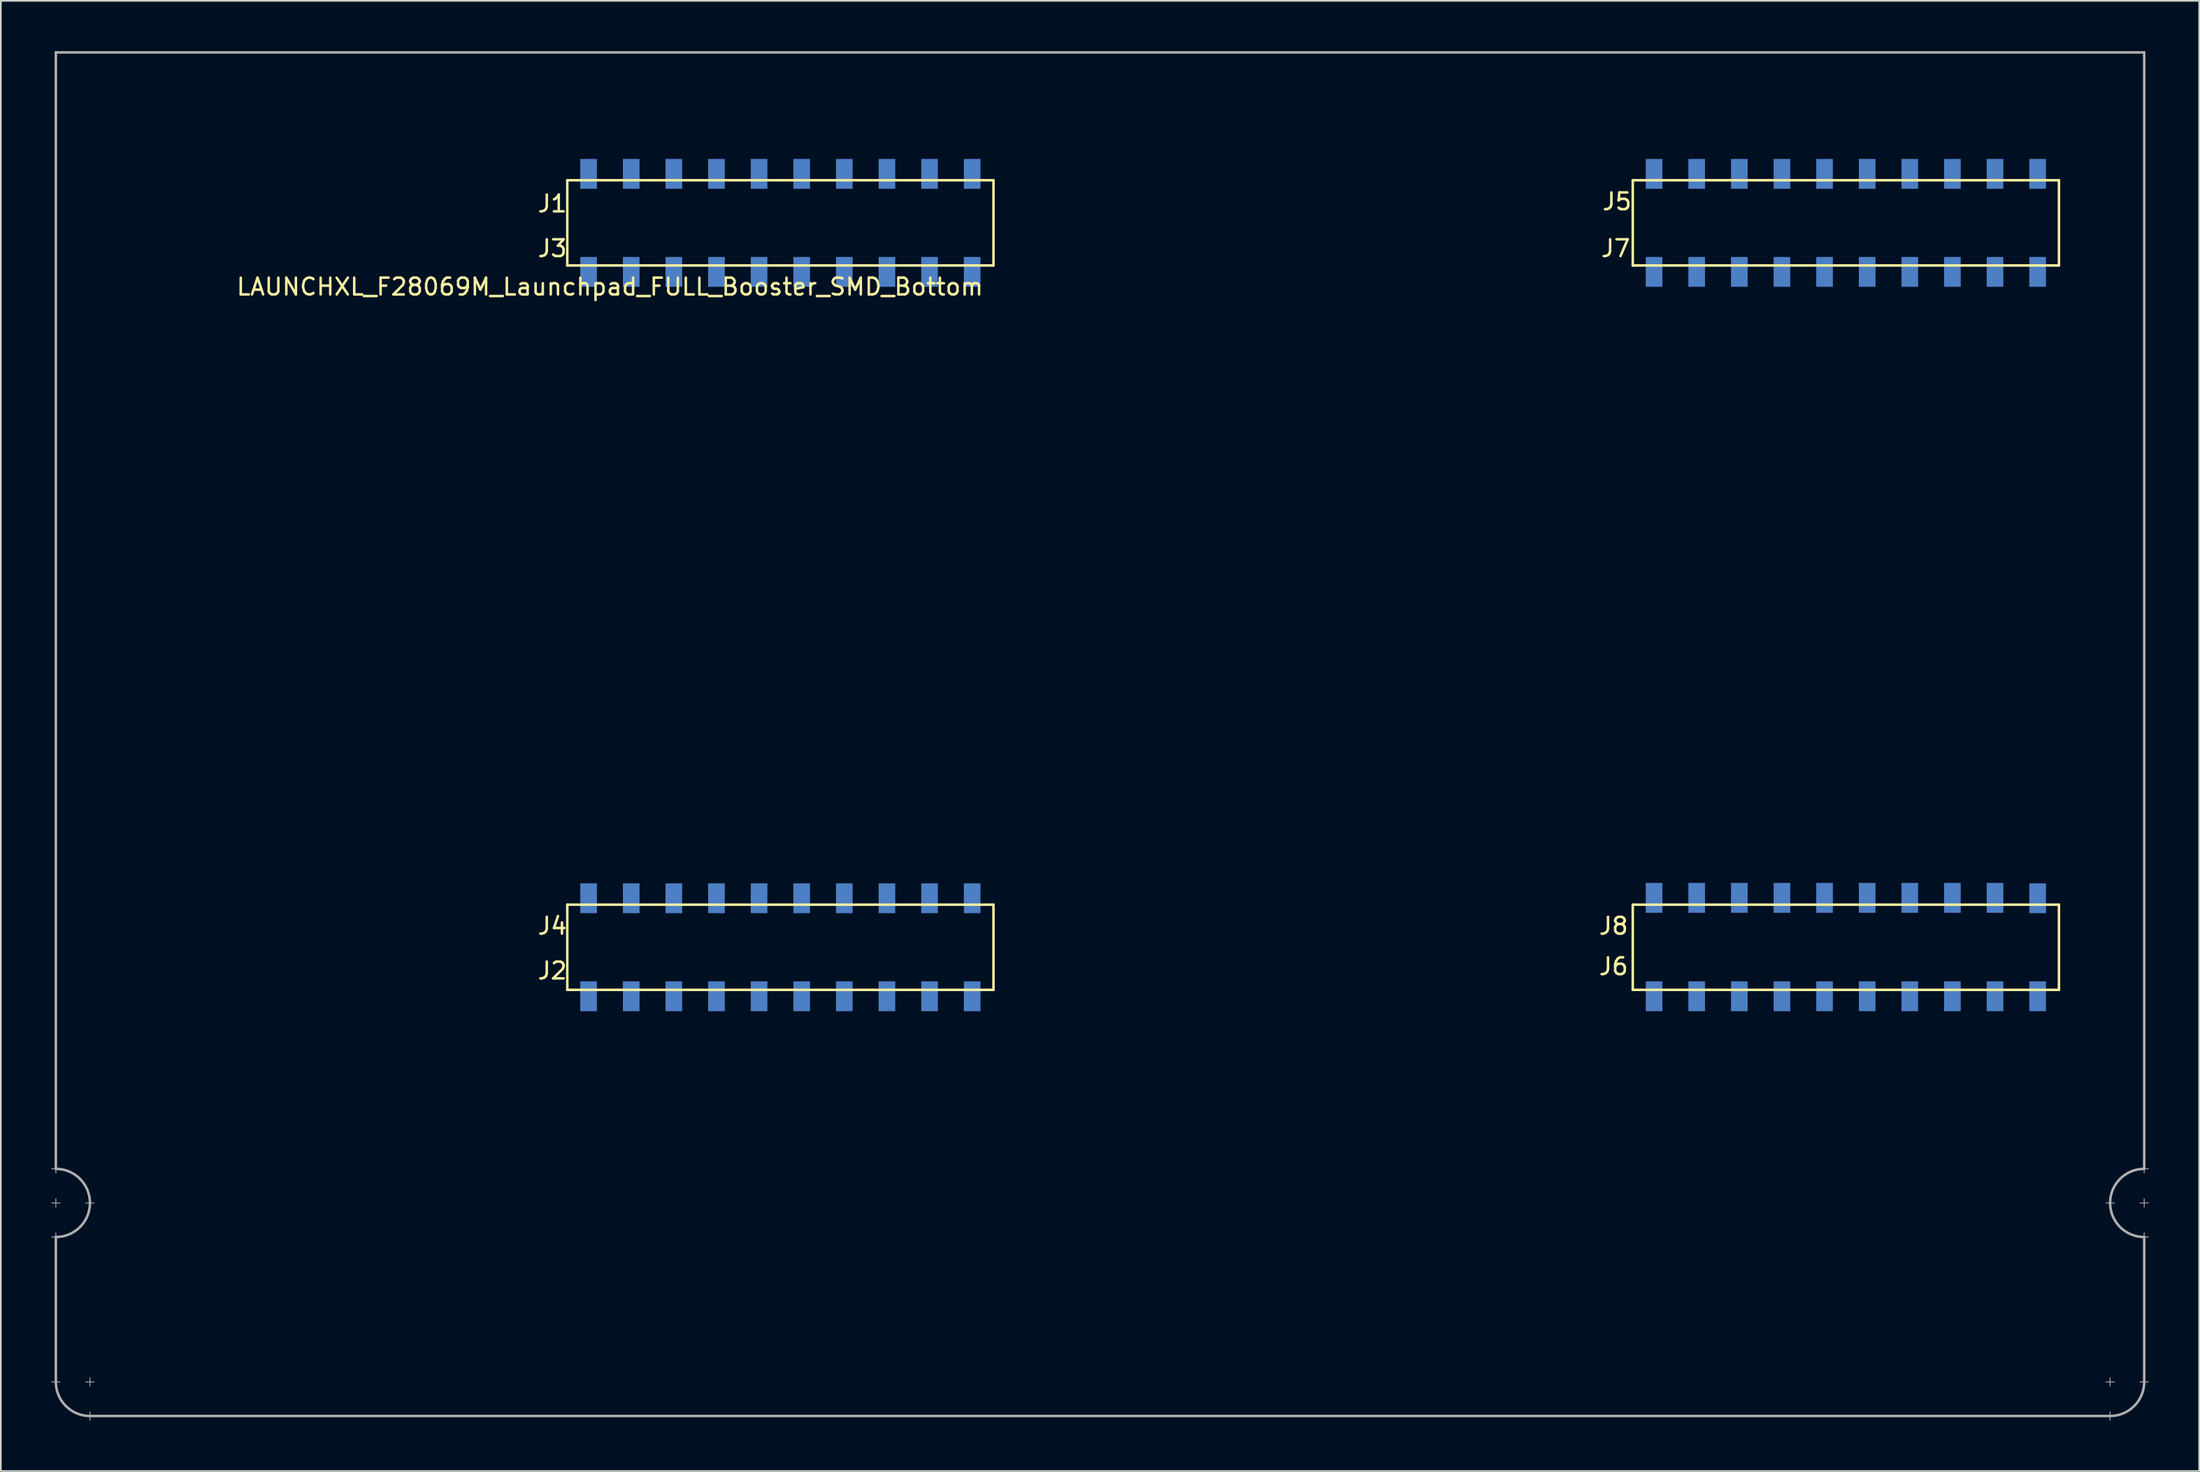
<source format=kicad_pcb>
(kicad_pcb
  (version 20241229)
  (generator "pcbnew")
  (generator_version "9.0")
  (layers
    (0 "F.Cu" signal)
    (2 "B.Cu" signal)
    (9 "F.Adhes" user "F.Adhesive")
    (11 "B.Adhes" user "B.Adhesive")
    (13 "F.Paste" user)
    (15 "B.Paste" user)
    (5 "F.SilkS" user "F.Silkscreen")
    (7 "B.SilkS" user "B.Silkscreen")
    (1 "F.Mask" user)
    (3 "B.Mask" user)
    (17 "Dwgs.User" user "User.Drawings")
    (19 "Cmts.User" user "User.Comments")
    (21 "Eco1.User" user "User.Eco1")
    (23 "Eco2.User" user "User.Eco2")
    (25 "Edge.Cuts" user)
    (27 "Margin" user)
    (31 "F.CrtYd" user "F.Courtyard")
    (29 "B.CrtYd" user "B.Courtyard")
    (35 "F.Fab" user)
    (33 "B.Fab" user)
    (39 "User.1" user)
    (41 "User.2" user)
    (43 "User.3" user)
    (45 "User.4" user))
  (footprint "LAUNCHXL_F28069M_Launchpad_FULL_Booster_SMD_Bottom"
    (layer "F.Cu")
    (at 0.279 55.955)
    (property "Reference" "LAUNCHXL_F28069M_Launchpad_FULL_Booster_SMD_Bottom" (at 33.02 -41.91 0) (layer "F.SilkS") (effects (font (size 1 1) (thickness 0.15))))
    (attr through_hole)
    (fp_line (start 30.48 -48.26) (end 30.48 -43.18) (stroke (width 0.15) (type solid)) (layer "F.SilkS"))
    (fp_line (start 30.48 -43.18) (end 55.88 -43.18) (stroke (width 0.15) (type solid)) (layer "F.SilkS"))
    (fp_line (start 30.48 -5.08) (end 30.48 0) (stroke (width 0.15) (type solid)) (layer "F.SilkS"))
    (fp_line (start 30.48 0) (end 55.88 0) (stroke (width 0.15) (type solid)) (layer "F.SilkS"))
    (fp_line (start 55.88 -48.26) (end 30.48 -48.26) (stroke (width 0.15) (type solid)) (layer "F.SilkS"))
    (fp_line (start 55.88 -43.18) (end 55.88 -48.26) (stroke (width 0.15) (type solid)) (layer "F.SilkS"))
    (fp_line (start 55.88 -5.08) (end 30.48 -5.08) (stroke (width 0.15) (type solid)) (layer "F.SilkS"))
    (fp_line (start 55.88 0) (end 55.88 -5.08) (stroke (width 0.15) (type solid)) (layer "F.SilkS"))
    (fp_line (start 93.98 -48.26) (end 93.98 -43.18) (stroke (width 0.15) (type solid)) (layer "F.SilkS"))
    (fp_line (start 93.98 -43.18) (end 119.38 -43.18) (stroke (width 0.15) (type solid)) (layer "F.SilkS"))
    (fp_line (start 93.98 -5.08) (end 93.98 0) (stroke (width 0.15) (type solid)) (layer "F.SilkS"))
    (fp_line (start 93.98 0) (end 119.38 0) (stroke (width 0.15) (type solid)) (layer "F.SilkS"))
    (fp_line (start 119.38 -48.26) (end 93.98 -48.26) (stroke (width 0.15) (type solid)) (layer "F.SilkS"))
    (fp_line (start 119.38 -43.18) (end 119.38 -48.26) (stroke (width 0.15) (type solid)) (layer "F.SilkS"))
    (fp_line (start 119.38 -5.08) (end 93.98 -5.08) (stroke (width 0.15) (type solid)) (layer "F.SilkS"))
    (fp_line (start 119.38 0) (end 119.38 -5.08) (stroke (width 0.15) (type solid)) (layer "F.SilkS"))
    (fp_line (start -0.254 10.668) (end 0.254 10.668) (stroke (width 0.05) (type solid)) (layer "F.Fab"))
    (fp_line (start -0.254 12.7) (end 0.254 12.7) (stroke (width 0.05) (type solid)) (layer "F.Fab"))
    (fp_line (start -0.254 14.732) (end 0.254 14.732) (stroke (width 0.05) (type solid)) (layer "F.Fab"))
    (fp_line (start 0 -55.88) (end 0 10.668) (stroke (width 0.15) (type solid)) (layer "F.Fab"))
    (fp_line (start 0 10.414) (end 0 10.922) (stroke (width 0.05) (type solid)) (layer "F.Fab"))
    (fp_line (start 0 12.446) (end 0 12.954) (stroke (width 0.05) (type solid)) (layer "F.Fab"))
    (fp_line (start 0 14.478) (end 0 14.986) (stroke (width 0.05) (type solid)) (layer "F.Fab"))
    (fp_line (start 0 14.732) (end 0 23.368) (stroke (width 0.15) (type solid)) (layer "F.Fab"))
    (fp_line (start 0 23.114) (end 0 23.622) (stroke (width 0.05) (type solid)) (layer "F.Fab"))
    (fp_line (start 0.254 23.368) (end -0.254 23.368) (stroke (width 0.05) (type solid)) (layer "F.Fab"))
    (fp_line (start 1.778 12.7) (end 2.286 12.7) (stroke (width 0.05) (type solid)) (layer "F.Fab"))
    (fp_line (start 2.032 23.114) (end 2.032 23.622) (stroke (width 0.05) (type solid)) (layer "F.Fab"))
    (fp_line (start 2.032 25.146) (end 2.032 25.654) (stroke (width 0.05) (type solid)) (layer "F.Fab"))
    (fp_line (start 2.032 25.4) (end 122.428 25.4) (stroke (width 0.15) (type solid)) (layer "F.Fab"))
    (fp_line (start 2.286 23.368) (end 1.778 23.368) (stroke (width 0.05) (type solid)) (layer "F.Fab"))
    (fp_line (start 122.174 23.368) (end 122.682 23.368) (stroke (width 0.05) (type solid)) (layer "F.Fab"))
    (fp_line (start 122.174 25.4) (end 122.682 25.4) (stroke (width 0.05) (type solid)) (layer "F.Fab"))
    (fp_line (start 122.428 23.114) (end 122.428 23.622) (stroke (width 0.05) (type solid)) (layer "F.Fab"))
    (fp_line (start 122.428 25.146) (end 122.428 25.654) (stroke (width 0.05) (type solid)) (layer "F.Fab"))
    (fp_line (start 122.682 12.7) (end 122.174 12.7) (stroke (width 0.05) (type solid)) (layer "F.Fab"))
    (fp_line (start 124.206 23.368) (end 124.714 23.368) (stroke (width 0.05) (type solid)) (layer "F.Fab"))
    (fp_line (start 124.46 -55.88) (end 0 -55.88) (stroke (width 0.15) (type solid)) (layer "F.Fab"))
    (fp_line (start 124.46 10.668) (end 124.46 -55.88) (stroke (width 0.15) (type solid)) (layer "F.Fab"))
    (fp_line (start 124.46 10.922) (end 124.46 10.414) (stroke (width 0.05) (type solid)) (layer "F.Fab"))
    (fp_line (start 124.46 12.954) (end 124.46 12.446) (stroke (width 0.05) (type solid)) (layer "F.Fab"))
    (fp_line (start 124.46 14.732) (end 124.46 23.368) (stroke (width 0.15) (type solid)) (layer "F.Fab"))
    (fp_line (start 124.46 14.986) (end 124.46 14.478) (stroke (width 0.05) (type solid)) (layer "F.Fab"))
    (fp_line (start 124.714 10.668) (end 124.206 10.668) (stroke (width 0.05) (type solid)) (layer "F.Fab"))
    (fp_line (start 124.714 12.7) (end 124.206 12.7) (stroke (width 0.05) (type solid)) (layer "F.Fab"))
    (fp_line (start 124.714 14.732) (end 124.206 14.732) (stroke (width 0.05) (type solid)) (layer "F.Fab"))
    (fp_arc (start 0 10.668) (mid 1.436841 11.263159) (end 2.032 12.7) (stroke (width 0.15) (type solid)) (layer "F.Fab"))
    (fp_arc (start 2.032 12.7) (mid 1.436841 14.136841) (end 0 14.732) (stroke (width 0.15) (type solid)) (layer "F.Fab"))
    (fp_arc (start 2.032 25.4) (mid 0.595159 24.804841) (end 0 23.368) (stroke (width 0.15) (type solid)) (layer "F.Fab"))
    (fp_arc (start 122.428 12.7) (mid 123.023159 11.263159) (end 124.46 10.668) (stroke (width 0.15) (type solid)) (layer "F.Fab"))
    (fp_arc (start 124.46 14.732) (mid 123.023159 14.136841) (end 122.428 12.7) (stroke (width 0.15) (type solid)) (layer "F.Fab"))
    (fp_arc (start 124.46 23.368) (mid 123.864841 24.804841) (end 122.428 25.4) (stroke (width 0.15) (type solid)) (layer "F.Fab"))
    (fp_text user "J1" (at 29.591 -46.863 0) (layer "F.SilkS") (effects (font (size 1 1) (thickness 0.15))))
    (fp_text user "J2" (at 29.591 -1.143 0) (layer "F.SilkS") (effects (font (size 1 1) (thickness 0.15))))
    (fp_text user "J8" (at 92.837 -3.81 0) (layer "F.SilkS") (effects (font (size 1 1) (thickness 0.15))))
    (fp_text user "J4" (at 29.591 -3.81 0) (layer "F.SilkS") (effects (font (size 1 1) (thickness 0.15))))
    (fp_text user "J6" (at 92.837 -1.397 0) (layer "F.SilkS") (effects (font (size 1 1) (thickness 0.15))))
    (fp_text user "J5" (at 93.04 -46.99 0) (layer "F.SilkS") (effects (font (size 1 1) (thickness 0.15))))
    (fp_text user "J7" (at 92.964 -44.196 0) (layer "F.SilkS") (effects (font (size 1 1) (thickness 0.15))))
    (fp_text user "J3" (at 29.591 -44.196 0) (layer "F.SilkS") (effects (font (size 1 1) (thickness 0.15))))
    (pad "+3V3" smd rect (at 54.61 -48.641) (size 0.991 1.778) (layers "B.Cu" "B.Mask" "B.Paste"))
    (pad "+3V3" smd rect (at 118.11 -48.641) (size 0.991 1.778) (layers "B.Cu" "B.Mask" "B.Paste"))
    (pad "+5V" smd rect (at 54.61 -42.799) (size 0.991 1.778) (layers "B.Cu" "B.Mask" "B.Paste"))
    (pad "+5V" smd rect (at 118.11 -42.799) (size 0.991 1.778) (layers "B.Cu" "B.Mask" "B.Paste"))
    (pad "A_A0" smd rect (at 39.37 -42.799) (size 0.991 1.778) (layers "B.Cu" "B.Mask" "B.Paste"))
    (pad "A_A1" smd rect (at 34.29 -42.799) (size 0.991 1.778) (layers "B.Cu" "B.Mask" "B.Paste"))
    (pad "A_A2" smd rect (at 44.45 -42.799) (size 0.991 1.778) (layers "B.Cu" "B.Mask" "B.Paste"))
    (pad "A_A3" smd rect (at 102.87 -42.799) (size 0.991 1.778) (layers "B.Cu" "B.Mask" "B.Paste"))
    (pad "A_A4" smd rect (at 97.79 -42.799) (size 0.991 1.778) (layers "B.Cu" "B.Mask" "B.Paste"))
    (pad "A_A5" smd rect (at 107.95 -42.799) (size 0.991 1.778) (layers "B.Cu" "B.Mask" "B.Paste"))
    (pad "A_A6" smd rect (at 52.07 -48.641) (size 0.991 1.778) (layers "B.Cu" "B.Mask" "B.Paste"))
    (pad "A_A7" smd rect (at 49.53 -42.799) (size 0.991 1.778) (layers "B.Cu" "B.Mask" "B.Paste"))
    (pad "A_B0" smd rect (at 36.83 -42.799) (size 0.991 1.778) (layers "B.Cu" "B.Mask" "B.Paste"))
    (pad "A_B1" smd rect (at 46.99 -42.799) (size 0.991 1.778) (layers "B.Cu" "B.Mask" "B.Paste"))
    (pad "A_B2" smd rect (at 41.91 -42.799) (size 0.991 1.778) (layers "B.Cu" "B.Mask" "B.Paste"))
    (pad "A_B3" smd rect (at 100.33 -42.799) (size 0.991 1.778) (layers "B.Cu" "B.Mask" "B.Paste"))
    (pad "A_B4" smd rect (at 110.49 -42.799) (size 0.991 1.778) (layers "B.Cu" "B.Mask" "B.Paste"))
    (pad "A_B5" smd rect (at 105.41 -42.799) (size 0.991 1.778) (layers "B.Cu" "B.Mask" "B.Paste"))
    (pad "A_B6" smd rect (at 41.91 -48.641) (size 0.991 1.778) (layers "B.Cu" "B.Mask" "B.Paste"))
    (pad "A_B7" smd rect (at 113.03 -42.799) (size 0.991 1.778) (layers "B.Cu" "B.Mask" "B.Paste"))
    (pad "DAC1" smd rect (at 34.29 -5.461) (size 0.991 1.778) (layers "B.Cu" "B.Mask" "B.Paste"))
    (pad "DAC2" smd rect (at 31.75 -5.461) (size 0.991 1.778) (layers "B.Cu" "B.Mask" "B.Paste"))
    (pad "DAC3" smd rect (at 97.79 -5.486) (size 0.991 1.778) (layers "B.Cu" "B.Mask" "B.Paste"))
    (pad "DAC4" smd rect (at 95.25 -5.486) (size 0.991 1.778) (layers "B.Cu" "B.Mask" "B.Paste"))
    (pad "GND" smd rect (at 52.07 -42.799) (size 0.991 1.778) (layers "B.Cu" "B.Mask" "B.Paste"))
    (pad "GND" smd rect (at 54.61 0.381) (size 0.991 1.778) (layers "B.Cu" "B.Mask" "B.Paste"))
    (pad "GND" smd rect (at 115.57 -42.799) (size 0.991 1.778) (layers "B.Cu" "B.Mask" "B.Paste"))
    (pad "GND" smd rect (at 118.11 0.381) (size 0.991 1.778) (layers "B.Cu" "B.Mask" "B.Paste"))
    (pad "NC" smd rect (at 31.75 -42.799) (size 0.991 1.778) (layers "B.Cu" "B.Mask" "B.Paste"))
    (pad "NC" smd rect (at 36.83 -5.461) (size 0.991 1.778) (layers "B.Cu" "B.Mask" "B.Paste"))
    (pad "NC" smd rect (at 46.99 0.381) (size 0.991 1.778) (layers "B.Cu" "B.Mask" "B.Paste"))
    (pad "NC" smd rect (at 95.25 -42.799) (size 0.991 1.778) (layers "B.Cu" "B.Mask" "B.Paste"))
    (pad "NC" smd rect (at 100.33 -5.486) (size 0.991 1.778) (layers "B.Cu" "B.Mask" "B.Paste"))
    (pad "NC" smd rect (at 102.87 -5.486) (size 0.991 1.778) (layers "B.Cu" "B.Mask" "B.Paste"))
    (pad "NC" smd rect (at 105.41 -48.641) (size 0.991 1.778) (layers "B.Cu" "B.Mask" "B.Paste"))
    (pad "NC" smd rect (at 110.49 0.381) (size 0.991 1.778) (layers "B.Cu" "B.Mask" "B.Paste"))
    (pad "NC" smd rect (at 115.57 -48.641) (size 0.991 1.778) (layers "B.Cu" "B.Mask" "B.Paste"))
    (pad "P_0" smd rect (at 54.61 -5.461) (size 0.991 1.778) (layers "B.Cu" "B.Mask" "B.Paste"))
    (pad "P_1" smd rect (at 52.07 -5.461) (size 0.991 1.778) (layers "B.Cu" "B.Mask" "B.Paste"))
    (pad "P_2" smd rect (at 49.53 -5.461) (size 0.991 1.778) (layers "B.Cu" "B.Mask" "B.Paste"))
    (pad "P_3" smd rect (at 46.99 -5.461) (size 0.991 1.778) (layers "B.Cu" "B.Mask" "B.Paste"))
    (pad "P_4" smd rect (at 44.45 -5.461) (size 0.991 1.778) (layers "B.Cu" "B.Mask" "B.Paste"))
    (pad "P_5" smd rect (at 41.91 -5.461) (size 0.991 1.778) (layers "B.Cu" "B.Mask" "B.Paste"))
    (pad "P_6" smd rect (at 118.11 -5.461) (size 0.991 1.778) (layers "B.Cu" "B.Mask" "B.Paste"))
    (pad "P_7" smd rect (at 115.57 -5.486) (size 0.991 1.778) (layers "B.Cu" "B.Mask" "B.Paste"))
    (pad "P_8" smd rect (at 113.03 -5.486) (size 0.991 1.778) (layers "B.Cu" "B.Mask" "B.Paste"))
    (pad "P_9" smd rect (at 110.49 -5.486) (size 0.991 1.778) (layers "B.Cu" "B.Mask" "B.Paste"))
    (pad "P_10" smd rect (at 107.95 -5.486) (size 0.991 1.778) (layers "B.Cu" "B.Mask" "B.Paste"))
    (pad "P_11" smd rect (at 105.41 -5.486) (size 0.991 1.778) (layers "B.Cu" "B.Mask" "B.Paste"))
    (pad "P_12" smd rect (at 44.45 -48.641) (size 0.991 1.778) (layers "B.Cu" "B.Mask" "B.Paste"))
    (pad "P_13" smd rect (at 39.37 -5.461) (size 0.991 1.778) (layers "B.Cu" "B.Mask" "B.Paste"))
    (pad "P_14" smd rect (at 102.87 -48.641) (size 0.991 1.778) (layers "B.Cu" "B.Mask" "B.Paste"))
    (pad "P_15" smd rect (at 113.03 -48.641) (size 0.991 1.778) (layers "B.Cu" "B.Mask" "B.Paste"))
    (pad "P_16" smd rect (at 41.91 0.381) (size 0.991 1.778) (layers "B.Cu" "B.Mask" "B.Paste"))
    (pad "P_17" smd rect (at 39.37 0.381) (size 0.991 1.778) (layers "B.Cu" "B.Mask" "B.Paste"))
    (pad "P_18" smd rect (at 39.37 -48.641) (size 0.991 1.778) (layers "B.Cu" "B.Mask" "B.Paste"))
    (pad "P_19" smd rect (at 52.07 0.381) (size 0.991 1.778) (layers "B.Cu" "B.Mask" "B.Paste"))
    (pad "P_20" smd rect (at 107.95 -48.641) (size 0.991 1.778) (layers "B.Cu" "B.Mask" "B.Paste"))
    (pad "P_21" smd rect (at 100.33 -48.641) (size 0.991 1.778) (layers "B.Cu" "B.Mask" "B.Paste"))
    (pad "P_22" smd rect (at 36.83 -48.641) (size 0.991 1.778) (layers "B.Cu" "B.Mask" "B.Paste"))
    (pad "P_23" smd rect (at 97.79 -48.641) (size 0.991 1.778) (layers "B.Cu" "B.Mask" "B.Paste"))
    (pad "P_24" smd rect (at 105.41 0.381) (size 0.991 1.778) (layers "B.Cu" "B.Mask" "B.Paste"))
    (pad "P_25" smd rect (at 102.87 0.381) (size 0.991 1.778) (layers "B.Cu" "B.Mask" "B.Paste"))
    (pad "P_26" smd rect (at 113.03 0.381) (size 0.991 1.778) (layers "B.Cu" "B.Mask" "B.Paste"))
    (pad "P_27" smd rect (at 115.57 0.381) (size 0.991 1.778) (layers "B.Cu" "B.Mask" "B.Paste"))
    (pad "P_28" smd rect (at 49.53 -48.641) (size 0.991 1.778) (layers "B.Cu" "B.Mask" "B.Paste"))
    (pad "P_29" smd rect (at 46.99 -48.641) (size 0.991 1.778) (layers "B.Cu" "B.Mask" "B.Paste"))
    (pad "P_32" smd rect (at 31.75 -48.641) (size 0.991 1.778) (layers "B.Cu" "B.Mask" "B.Paste"))
    (pad "P_33" smd rect (at 34.29 -48.641) (size 0.991 1.778) (layers "B.Cu" "B.Mask" "B.Paste"))
    (pad "P_44" smd rect (at 49.53 0.381) (size 0.991 1.778) (layers "B.Cu" "B.Mask" "B.Paste"))
    (pad "P_50" smd rect (at 36.83 0.381) (size 0.991 1.778) (layers "B.Cu" "B.Mask" "B.Paste"))
    (pad "P_51" smd rect (at 34.29 0.381) (size 0.991 1.778) (layers "B.Cu" "B.Mask" "B.Paste"))
    (pad "P_52" smd rect (at 100.33 0.381) (size 0.991 1.778) (layers "B.Cu" "B.Mask" "B.Paste"))
    (pad "P_53" smd rect (at 97.79 0.381) (size 0.991 1.778) (layers "B.Cu" "B.Mask" "B.Paste"))
    (pad "P_54" smd rect (at 95.25 -48.641) (size 0.991 1.778) (layers "B.Cu" "B.Mask" "B.Paste"))
    (pad "P_55" smd rect (at 31.75 0.381) (size 0.991 1.778) (layers "B.Cu" "B.Mask" "B.Paste"))
    (pad "P_56" smd rect (at 95.25 0.381) (size 0.991 1.778) (layers "B.Cu" "B.Mask" "B.Paste"))
    (pad "P_58" smd rect (at 110.49 -48.641) (size 0.991 1.778) (layers "B.Cu" "B.Mask" "B.Paste"))
    (pad "Rese" smd rect (at 44.45 0.381) (size 0.991 1.778) (layers "B.Cu" "B.Mask" "B.Paste"))
    (pad "Rese" smd rect (at 107.95 0.381) (size 0.991 1.778) (layers "B.Cu" "B.Mask" "B.Paste")))
  (gr_rect
    (start -3 -3)
    (end 128.018 84.634)
    (stroke (width 0.1) (type default))
    (fill no)
    (layer "Edge.Cuts")))
</source>
